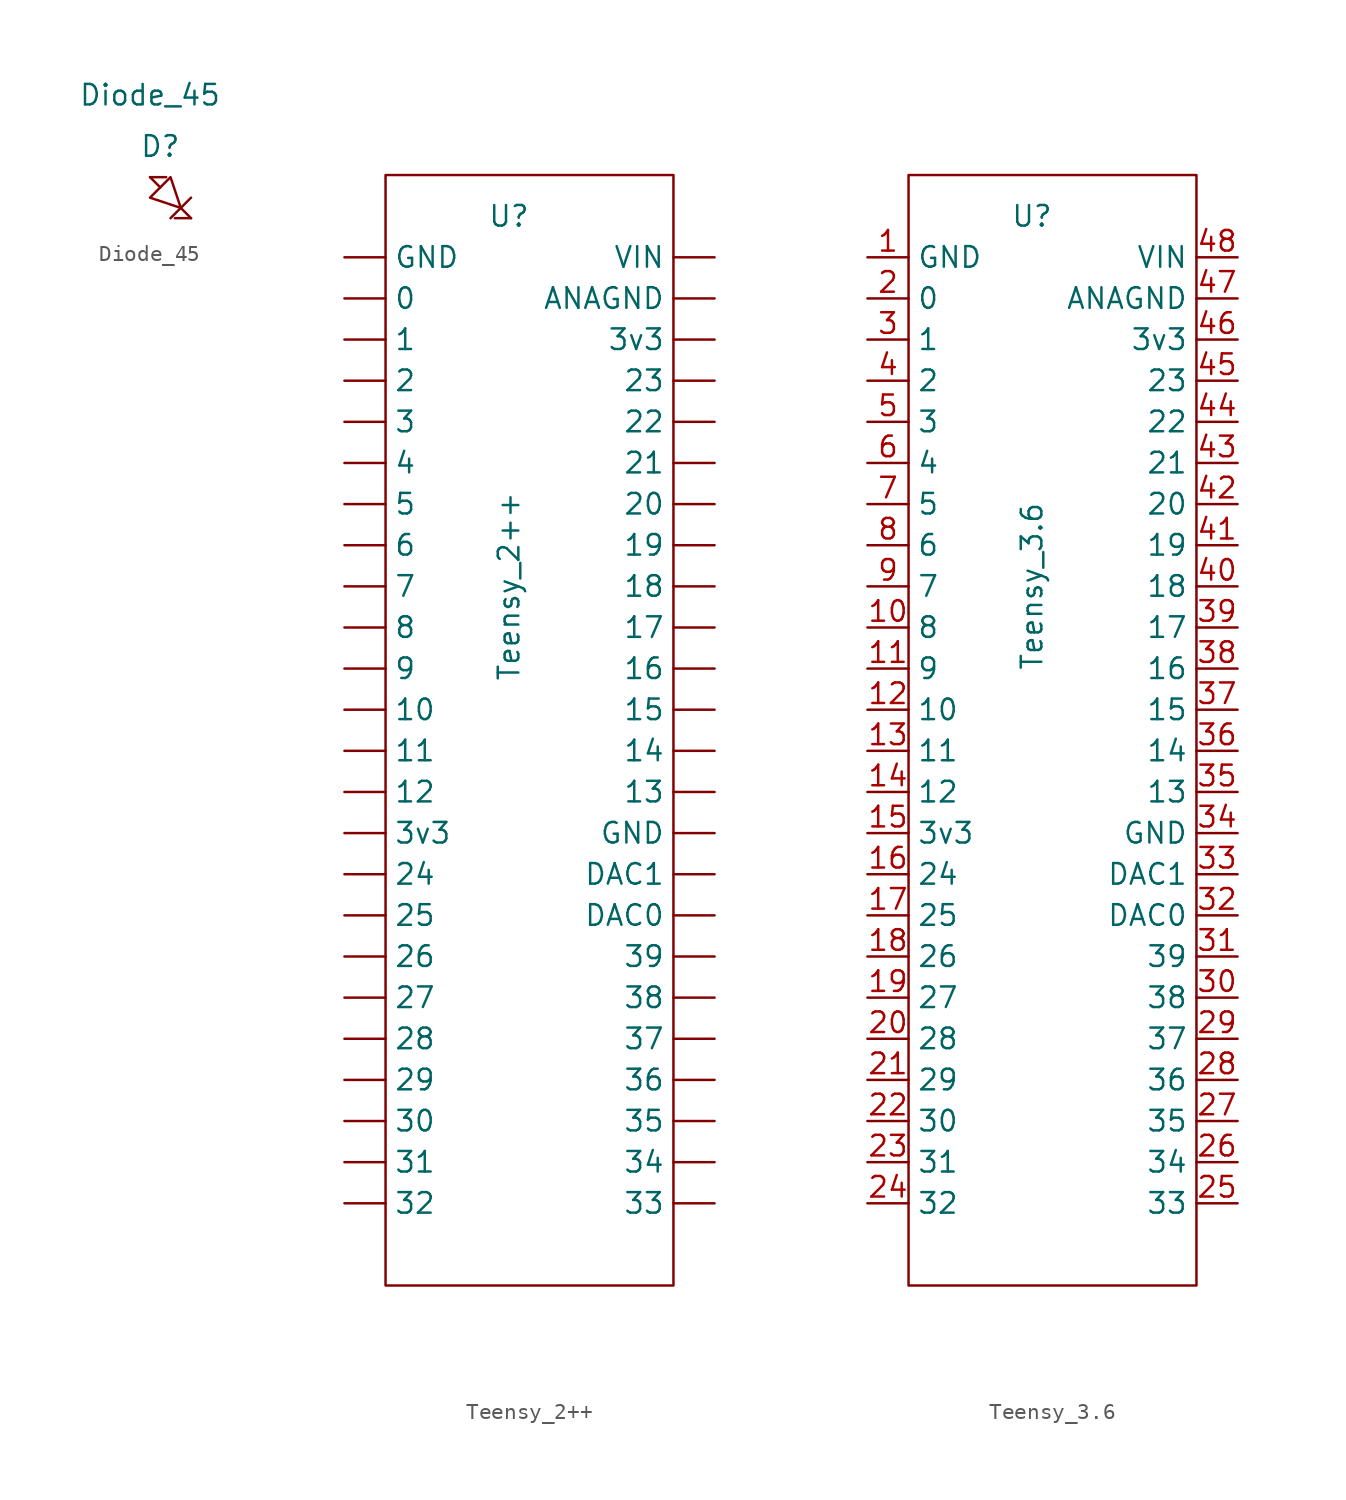
<source format=kicad_sym>
(kicad_symbol_lib
  (version 20211014)
  (generator kicad_symbol_editor)
  (symbol "Diode_45"
    (pin_numbers hide)
    (pin_names
      (offset 0) hide)
    (property "Reference" "D"
      (at 0.635 1.905 0)
      (effects (font (size 1.27 1.27))))
    (property "Value" "Diode_45"
      (at 0 5.08 0)
      (effects (font (size 1.27 1.27))))
    (symbol "Diode_45_0_1"
      (polyline (pts (xy 0.635 -0.635) (xy 0 0)) (stroke (width 0) (type default) (color 0 0 0 0)) (fill (type none)))
      (polyline (pts (xy 1.27 -2.54) (xy 2.54 -1.27)) (stroke (width 0) (type default) (color 0 0 0 0)) (fill (type none)))
      (polyline (pts (xy 1.905 -1.905) (xy 2.54 -2.54)) (stroke (width 0) (type default) (color 0 0 0 0)) (fill (type none)))
      (polyline (pts (xy 0 -1.27) (xy 1.27 0) (xy 1.905 -1.905) (xy 0 -1.27)) (stroke (width 0) (type default) (color 0 0 0 0)) (fill (type none))))
    (symbol "Diode_45_1_1"
      (pin input line (at 0 0 0) (length 1) (name "1" (effects (font (size 1.27 1.27)))) (number "1" (effects (font (size 1.27 1.27)))))
      (pin output line (at 2.54 -2.54 180) (length 1) (name "2" (effects (font (size 1.27 1.27)))) (number "2" (effects (font (size 1.27 1.27)))))))
  (symbol "Teensy_2++"
    (property "Reference" "U"
      (at 7.62 -2.54 0)
      (effects (font (size 1.27 1.27))))
    (property "Value" "Teensy_2++"
      (at 7.62 -25.4 90)
      (effects (font (size 1.27 1.27))))
    (symbol "Teensy_2++_0_1"
      (rectangle (start 0 0) (end 17.78 -68.58) (stroke (width 0) (type default) (color 0 0 0 0)) (fill (type none))))
    (symbol "Teensy_2++_1_1"
      (pin bidirectional line (at -2.54 -7.62 0) (length 2.54) (name "0" (effects (font (size 1.27 1.27)))) (number "" (effects (font (size 1.27 1.27)))))
      (pin bidirectional line (at -2.54 -10.16 0) (length 2.54) (name "1" (effects (font (size 1.27 1.27)))) (number "" (effects (font (size 1.27 1.27)))))
      (pin bidirectional line (at -2.54 -33.02 0) (length 2.54) (name "10" (effects (font (size 1.27 1.27)))) (number "" (effects (font (size 1.27 1.27)))))
      (pin bidirectional line (at -2.54 -35.56 0) (length 2.54) (name "11" (effects (font (size 1.27 1.27)))) (number "" (effects (font (size 1.27 1.27)))))
      (pin bidirectional line (at -2.54 -38.1 0) (length 2.54) (name "12" (effects (font (size 1.27 1.27)))) (number "" (effects (font (size 1.27 1.27)))))
      (pin bidirectional line (at 20.32 -38.1 180) (length 2.54) (name "13" (effects (font (size 1.27 1.27)))) (number "" (effects (font (size 1.27 1.27)))))
      (pin bidirectional line (at 20.32 -35.56 180) (length 2.54) (name "14" (effects (font (size 1.27 1.27)))) (number "" (effects (font (size 1.27 1.27)))))
      (pin bidirectional line (at 20.32 -33.02 180) (length 2.54) (name "15" (effects (font (size 1.27 1.27)))) (number "" (effects (font (size 1.27 1.27)))))
      (pin bidirectional line (at 20.32 -30.48 180) (length 2.54) (name "16" (effects (font (size 1.27 1.27)))) (number "" (effects (font (size 1.27 1.27)))))
      (pin bidirectional line (at 20.32 -27.94 180) (length 2.54) (name "17" (effects (font (size 1.27 1.27)))) (number "" (effects (font (size 1.27 1.27)))))
      (pin bidirectional line (at 20.32 -25.4 180) (length 2.54) (name "18" (effects (font (size 1.27 1.27)))) (number "" (effects (font (size 1.27 1.27)))))
      (pin bidirectional line (at 20.32 -22.86 180) (length 2.54) (name "19" (effects (font (size 1.27 1.27)))) (number "" (effects (font (size 1.27 1.27)))))
      (pin bidirectional line (at -2.54 -12.7 0) (length 2.54) (name "2" (effects (font (size 1.27 1.27)))) (number "" (effects (font (size 1.27 1.27)))))
      (pin bidirectional line (at 20.32 -20.32 180) (length 2.54) (name "20" (effects (font (size 1.27 1.27)))) (number "" (effects (font (size 1.27 1.27)))))
      (pin bidirectional line (at 20.32 -17.78 180) (length 2.54) (name "21" (effects (font (size 1.27 1.27)))) (number "" (effects (font (size 1.27 1.27)))))
      (pin bidirectional line (at 20.32 -15.24 180) (length 2.54) (name "22" (effects (font (size 1.27 1.27)))) (number "" (effects (font (size 1.27 1.27)))))
      (pin bidirectional line (at 20.32 -12.7 180) (length 2.54) (name "23" (effects (font (size 1.27 1.27)))) (number "" (effects (font (size 1.27 1.27)))))
      (pin bidirectional line (at -2.54 -43.18 0) (length 2.54) (name "24" (effects (font (size 1.27 1.27)))) (number "" (effects (font (size 1.27 1.27)))))
      (pin bidirectional line (at -2.54 -45.72 0) (length 2.54) (name "25" (effects (font (size 1.27 1.27)))) (number "" (effects (font (size 1.27 1.27)))))
      (pin bidirectional line (at -2.54 -48.26 0) (length 2.54) (name "26" (effects (font (size 1.27 1.27)))) (number "" (effects (font (size 1.27 1.27)))))
      (pin bidirectional line (at -2.54 -50.8 0) (length 2.54) (name "27" (effects (font (size 1.27 1.27)))) (number "" (effects (font (size 1.27 1.27)))))
      (pin bidirectional line (at -2.54 -53.34 0) (length 2.54) (name "28" (effects (font (size 1.27 1.27)))) (number "" (effects (font (size 1.27 1.27)))))
      (pin bidirectional line (at -2.54 -55.88 0) (length 2.54) (name "29" (effects (font (size 1.27 1.27)))) (number "" (effects (font (size 1.27 1.27)))))
      (pin bidirectional line (at -2.54 -15.24 0) (length 2.54) (name "3" (effects (font (size 1.27 1.27)))) (number "" (effects (font (size 1.27 1.27)))))
      (pin bidirectional line (at -2.54 -58.42 0) (length 2.54) (name "30" (effects (font (size 1.27 1.27)))) (number "" (effects (font (size 1.27 1.27)))))
      (pin bidirectional line (at -2.54 -60.96 0) (length 2.54) (name "31" (effects (font (size 1.27 1.27)))) (number "" (effects (font (size 1.27 1.27)))))
      (pin bidirectional line (at -2.54 -63.5 0) (length 2.54) (name "32" (effects (font (size 1.27 1.27)))) (number "" (effects (font (size 1.27 1.27)))))
      (pin bidirectional line (at 20.32 -63.5 180) (length 2.54) (name "33" (effects (font (size 1.27 1.27)))) (number "" (effects (font (size 1.27 1.27)))))
      (pin bidirectional line (at 20.32 -60.96 180) (length 2.54) (name "34" (effects (font (size 1.27 1.27)))) (number "" (effects (font (size 1.27 1.27)))))
      (pin bidirectional line (at 20.32 -58.42 180) (length 2.54) (name "35" (effects (font (size 1.27 1.27)))) (number "" (effects (font (size 1.27 1.27)))))
      (pin bidirectional line (at 20.32 -55.88 180) (length 2.54) (name "36" (effects (font (size 1.27 1.27)))) (number "" (effects (font (size 1.27 1.27)))))
      (pin bidirectional line (at 20.32 -53.34 180) (length 2.54) (name "37" (effects (font (size 1.27 1.27)))) (number "" (effects (font (size 1.27 1.27)))))
      (pin bidirectional line (at 20.32 -50.8 180) (length 2.54) (name "38" (effects (font (size 1.27 1.27)))) (number "" (effects (font (size 1.27 1.27)))))
      (pin bidirectional line (at 20.32 -48.26 180) (length 2.54) (name "39" (effects (font (size 1.27 1.27)))) (number "" (effects (font (size 1.27 1.27)))))
      (pin power_out line (at -2.54 -40.64 0) (length 2.54) (name "3v3" (effects (font (size 1.27 1.27)))) (number "" (effects (font (size 1.27 1.27)))))
      (pin power_out line (at 20.32 -10.16 180) (length 2.54) (name "3v3" (effects (font (size 1.27 1.27)))) (number "" (effects (font (size 1.27 1.27)))))
      (pin bidirectional line (at -2.54 -17.78 0) (length 2.54) (name "4" (effects (font (size 1.27 1.27)))) (number "" (effects (font (size 1.27 1.27)))))
      (pin bidirectional line (at -2.54 -20.32 0) (length 2.54) (name "5" (effects (font (size 1.27 1.27)))) (number "" (effects (font (size 1.27 1.27)))))
      (pin bidirectional line (at -2.54 -22.86 0) (length 2.54) (name "6" (effects (font (size 1.27 1.27)))) (number "" (effects (font (size 1.27 1.27)))))
      (pin bidirectional line (at -2.54 -25.4 0) (length 2.54) (name "7" (effects (font (size 1.27 1.27)))) (number "" (effects (font (size 1.27 1.27)))))
      (pin bidirectional line (at -2.54 -27.94 0) (length 2.54) (name "8" (effects (font (size 1.27 1.27)))) (number "" (effects (font (size 1.27 1.27)))))
      (pin bidirectional line (at -2.54 -30.48 0) (length 2.54) (name "9" (effects (font (size 1.27 1.27)))) (number "" (effects (font (size 1.27 1.27)))))
      (pin power_out line (at 20.32 -7.62 180) (length 2.54) (name "ANAGND" (effects (font (size 1.27 1.27)))) (number "" (effects (font (size 1.27 1.27)))))
      (pin bidirectional line (at 20.32 -45.72 180) (length 2.54) (name "DAC0" (effects (font (size 1.27 1.27)))) (number "" (effects (font (size 1.27 1.27)))))
      (pin bidirectional line (at 20.32 -43.18 180) (length 2.54) (name "DAC1" (effects (font (size 1.27 1.27)))) (number "" (effects (font (size 1.27 1.27)))))
      (pin power_in line (at -2.54 -5.08 0) (length 2.54) (name "GND" (effects (font (size 1.27 1.27)))) (number "" (effects (font (size 1.27 1.27)))))
      (pin power_in line (at 20.32 -40.64 180) (length 2.54) (name "GND" (effects (font (size 1.27 1.27)))) (number "" (effects (font (size 1.27 1.27)))))
      (pin power_in line (at 20.32 -5.08 180) (length 2.54) (name "VIN" (effects (font (size 1.27 1.27)))) (number "" (effects (font (size 1.27 1.27)))))))
  (symbol "Teensy_3.6"
    (property "Reference" "U"
      (at 7.62 -2.54 0)
      (effects (font (size 1.27 1.27))))
    (property "Value" "Teensy_3.6"
      (at 7.62 -25.4 90)
      (effects (font (size 1.27 1.27))))
    (symbol "Teensy_3.6_0_1"
      (rectangle (start 0 0) (end 17.78 -68.58) (stroke (width 0) (type default) (color 0 0 0 0)) (fill (type none))))
    (symbol "Teensy_3.6_1_1"
      (pin power_in line (at -2.54 -5.08 0) (length 2.54) (name "GND" (effects (font (size 1.27 1.27)))) (number "1" (effects (font (size 1.27 1.27)))))
      (pin bidirectional line (at -2.54 -27.94 0) (length 2.54) (name "8" (effects (font (size 1.27 1.27)))) (number "10" (effects (font (size 1.27 1.27)))))
      (pin bidirectional line (at -2.54 -30.48 0) (length 2.54) (name "9" (effects (font (size 1.27 1.27)))) (number "11" (effects (font (size 1.27 1.27)))))
      (pin bidirectional line (at -2.54 -33.02 0) (length 2.54) (name "10" (effects (font (size 1.27 1.27)))) (number "12" (effects (font (size 1.27 1.27)))))
      (pin bidirectional line (at -2.54 -35.56 0) (length 2.54) (name "11" (effects (font (size 1.27 1.27)))) (number "13" (effects (font (size 1.27 1.27)))))
      (pin bidirectional line (at -2.54 -38.1 0) (length 2.54) (name "12" (effects (font (size 1.27 1.27)))) (number "14" (effects (font (size 1.27 1.27)))))
      (pin power_out line (at -2.54 -40.64 0) (length 2.54) (name "3v3" (effects (font (size 1.27 1.27)))) (number "15" (effects (font (size 1.27 1.27)))))
      (pin bidirectional line (at -2.54 -43.18 0) (length 2.54) (name "24" (effects (font (size 1.27 1.27)))) (number "16" (effects (font (size 1.27 1.27)))))
      (pin bidirectional line (at -2.54 -45.72 0) (length 2.54) (name "25" (effects (font (size 1.27 1.27)))) (number "17" (effects (font (size 1.27 1.27)))))
      (pin bidirectional line (at -2.54 -48.26 0) (length 2.54) (name "26" (effects (font (size 1.27 1.27)))) (number "18" (effects (font (size 1.27 1.27)))))
      (pin bidirectional line (at -2.54 -50.8 0) (length 2.54) (name "27" (effects (font (size 1.27 1.27)))) (number "19" (effects (font (size 1.27 1.27)))))
      (pin bidirectional line (at -2.54 -7.62 0) (length 2.54) (name "0" (effects (font (size 1.27 1.27)))) (number "2" (effects (font (size 1.27 1.27)))))
      (pin bidirectional line (at -2.54 -53.34 0) (length 2.54) (name "28" (effects (font (size 1.27 1.27)))) (number "20" (effects (font (size 1.27 1.27)))))
      (pin bidirectional line (at -2.54 -55.88 0) (length 2.54) (name "29" (effects (font (size 1.27 1.27)))) (number "21" (effects (font (size 1.27 1.27)))))
      (pin bidirectional line (at -2.54 -58.42 0) (length 2.54) (name "30" (effects (font (size 1.27 1.27)))) (number "22" (effects (font (size 1.27 1.27)))))
      (pin bidirectional line (at -2.54 -60.96 0) (length 2.54) (name "31" (effects (font (size 1.27 1.27)))) (number "23" (effects (font (size 1.27 1.27)))))
      (pin bidirectional line (at -2.54 -63.5 0) (length 2.54) (name "32" (effects (font (size 1.27 1.27)))) (number "24" (effects (font (size 1.27 1.27)))))
      (pin bidirectional line (at 20.32 -63.5 180) (length 2.54) (name "33" (effects (font (size 1.27 1.27)))) (number "25" (effects (font (size 1.27 1.27)))))
      (pin bidirectional line (at 20.32 -60.96 180) (length 2.54) (name "34" (effects (font (size 1.27 1.27)))) (number "26" (effects (font (size 1.27 1.27)))))
      (pin bidirectional line (at 20.32 -58.42 180) (length 2.54) (name "35" (effects (font (size 1.27 1.27)))) (number "27" (effects (font (size 1.27 1.27)))))
      (pin bidirectional line (at 20.32 -55.88 180) (length 2.54) (name "36" (effects (font (size 1.27 1.27)))) (number "28" (effects (font (size 1.27 1.27)))))
      (pin bidirectional line (at 20.32 -53.34 180) (length 2.54) (name "37" (effects (font (size 1.27 1.27)))) (number "29" (effects (font (size 1.27 1.27)))))
      (pin bidirectional line (at -2.54 -10.16 0) (length 2.54) (name "1" (effects (font (size 1.27 1.27)))) (number "3" (effects (font (size 1.27 1.27)))))
      (pin bidirectional line (at 20.32 -50.8 180) (length 2.54) (name "38" (effects (font (size 1.27 1.27)))) (number "30" (effects (font (size 1.27 1.27)))))
      (pin bidirectional line (at 20.32 -48.26 180) (length 2.54) (name "39" (effects (font (size 1.27 1.27)))) (number "31" (effects (font (size 1.27 1.27)))))
      (pin bidirectional line (at 20.32 -45.72 180) (length 2.54) (name "DAC0" (effects (font (size 1.27 1.27)))) (number "32" (effects (font (size 1.27 1.27)))))
      (pin bidirectional line (at 20.32 -43.18 180) (length 2.54) (name "DAC1" (effects (font (size 1.27 1.27)))) (number "33" (effects (font (size 1.27 1.27)))))
      (pin power_in line (at 20.32 -40.64 180) (length 2.54) (name "GND" (effects (font (size 1.27 1.27)))) (number "34" (effects (font (size 1.27 1.27)))))
      (pin bidirectional line (at 20.32 -38.1 180) (length 2.54) (name "13" (effects (font (size 1.27 1.27)))) (number "35" (effects (font (size 1.27 1.27)))))
      (pin bidirectional line (at 20.32 -35.56 180) (length 2.54) (name "14" (effects (font (size 1.27 1.27)))) (number "36" (effects (font (size 1.27 1.27)))))
      (pin bidirectional line (at 20.32 -33.02 180) (length 2.54) (name "15" (effects (font (size 1.27 1.27)))) (number "37" (effects (font (size 1.27 1.27)))))
      (pin bidirectional line (at 20.32 -30.48 180) (length 2.54) (name "16" (effects (font (size 1.27 1.27)))) (number "38" (effects (font (size 1.27 1.27)))))
      (pin bidirectional line (at 20.32 -27.94 180) (length 2.54) (name "17" (effects (font (size 1.27 1.27)))) (number "39" (effects (font (size 1.27 1.27)))))
      (pin bidirectional line (at -2.54 -12.7 0) (length 2.54) (name "2" (effects (font (size 1.27 1.27)))) (number "4" (effects (font (size 1.27 1.27)))))
      (pin bidirectional line (at 20.32 -25.4 180) (length 2.54) (name "18" (effects (font (size 1.27 1.27)))) (number "40" (effects (font (size 1.27 1.27)))))
      (pin bidirectional line (at 20.32 -22.86 180) (length 2.54) (name "19" (effects (font (size 1.27 1.27)))) (number "41" (effects (font (size 1.27 1.27)))))
      (pin bidirectional line (at 20.32 -20.32 180) (length 2.54) (name "20" (effects (font (size 1.27 1.27)))) (number "42" (effects (font (size 1.27 1.27)))))
      (pin bidirectional line (at 20.32 -17.78 180) (length 2.54) (name "21" (effects (font (size 1.27 1.27)))) (number "43" (effects (font (size 1.27 1.27)))))
      (pin bidirectional line (at 20.32 -15.24 180) (length 2.54) (name "22" (effects (font (size 1.27 1.27)))) (number "44" (effects (font (size 1.27 1.27)))))
      (pin bidirectional line (at 20.32 -12.7 180) (length 2.54) (name "23" (effects (font (size 1.27 1.27)))) (number "45" (effects (font (size 1.27 1.27)))))
      (pin power_out line (at 20.32 -10.16 180) (length 2.54) (name "3v3" (effects (font (size 1.27 1.27)))) (number "46" (effects (font (size 1.27 1.27)))))
      (pin power_out line (at 20.32 -7.62 180) (length 2.54) (name "ANAGND" (effects (font (size 1.27 1.27)))) (number "47" (effects (font (size 1.27 1.27)))))
      (pin power_in line (at 20.32 -5.08 180) (length 2.54) (name "VIN" (effects (font (size 1.27 1.27)))) (number "48" (effects (font (size 1.27 1.27)))))
      (pin bidirectional line (at -2.54 -15.24 0) (length 2.54) (name "3" (effects (font (size 1.27 1.27)))) (number "5" (effects (font (size 1.27 1.27)))))
      (pin bidirectional line (at -2.54 -17.78 0) (length 2.54) (name "4" (effects (font (size 1.27 1.27)))) (number "6" (effects (font (size 1.27 1.27)))))
      (pin bidirectional line (at -2.54 -20.32 0) (length 2.54) (name "5" (effects (font (size 1.27 1.27)))) (number "7" (effects (font (size 1.27 1.27)))))
      (pin bidirectional line (at -2.54 -22.86 0) (length 2.54) (name "6" (effects (font (size 1.27 1.27)))) (number "8" (effects (font (size 1.27 1.27)))))
      (pin bidirectional line (at -2.54 -25.4 0) (length 2.54) (name "7" (effects (font (size 1.27 1.27)))) (number "9" (effects (font (size 1.27 1.27))))))))
</source>
